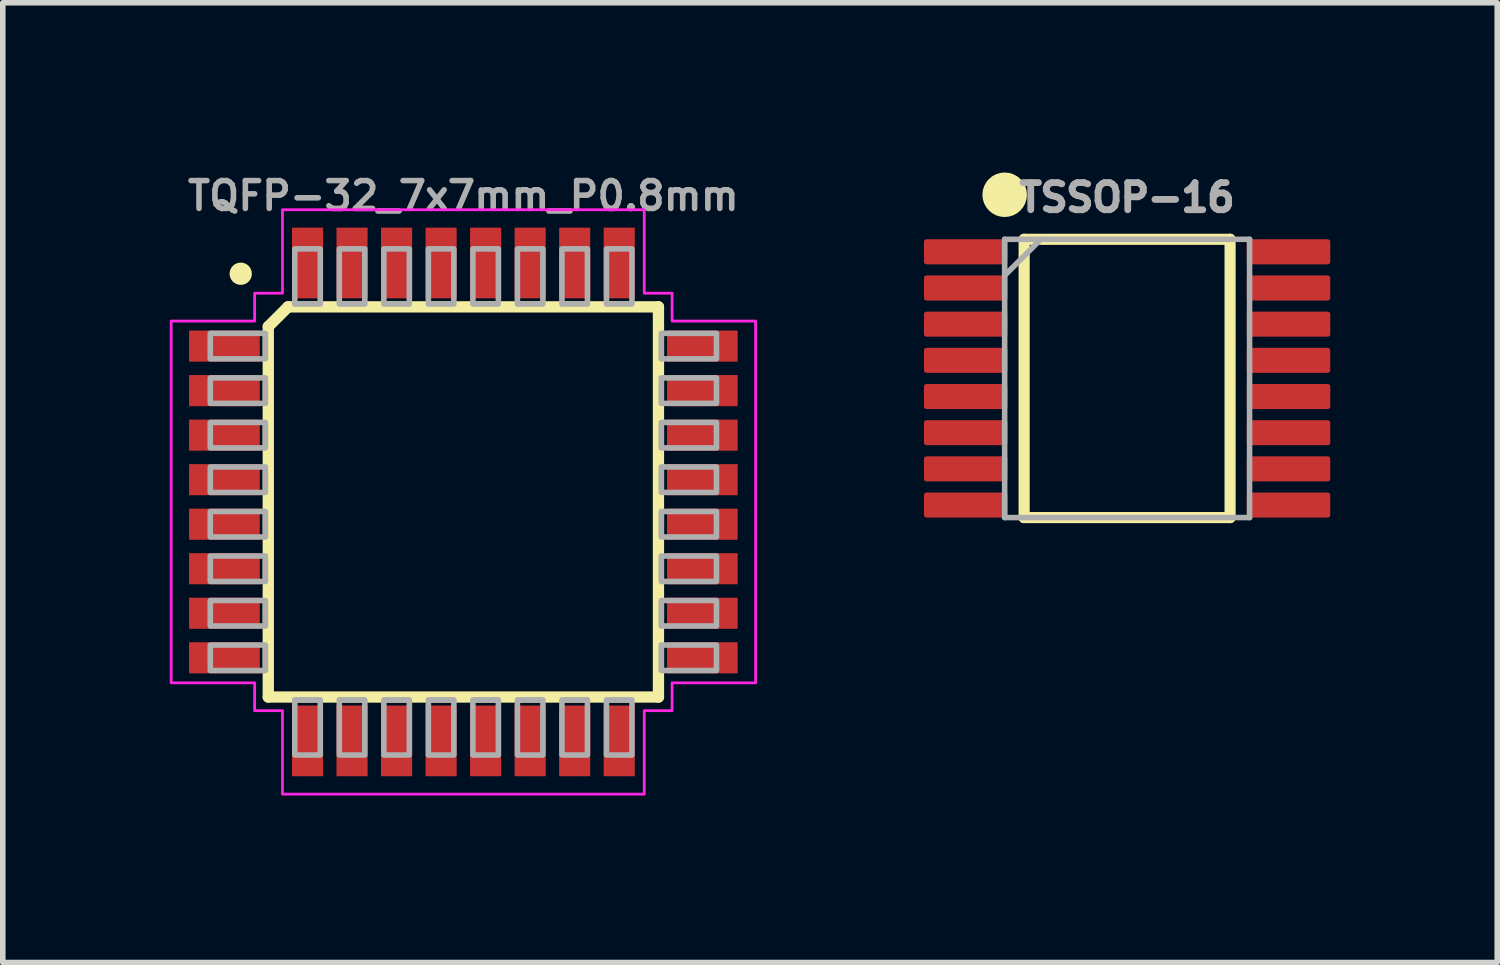
<source format=kicad_pcb>
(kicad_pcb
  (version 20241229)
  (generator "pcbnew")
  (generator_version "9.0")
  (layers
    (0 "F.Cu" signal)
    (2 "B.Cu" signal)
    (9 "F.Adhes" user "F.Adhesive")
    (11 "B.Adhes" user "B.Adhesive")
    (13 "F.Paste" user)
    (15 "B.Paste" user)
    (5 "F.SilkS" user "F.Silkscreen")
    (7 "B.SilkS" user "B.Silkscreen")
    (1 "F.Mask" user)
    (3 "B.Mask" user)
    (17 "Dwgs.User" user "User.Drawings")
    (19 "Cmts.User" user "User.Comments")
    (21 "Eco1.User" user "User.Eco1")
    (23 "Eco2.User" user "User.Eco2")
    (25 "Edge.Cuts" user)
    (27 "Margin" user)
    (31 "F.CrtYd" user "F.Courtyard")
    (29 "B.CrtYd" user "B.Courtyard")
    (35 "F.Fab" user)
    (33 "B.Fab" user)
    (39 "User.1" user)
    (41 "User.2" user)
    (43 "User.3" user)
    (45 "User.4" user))
  (footprint "TQFP-32_7x7mm_P0.8mm"
    (layer "F.Cu")
    (at 5.275 5.968)
    (property "Reference" "TQFP-32_7x7mm_P0.8mm" (at 0 -5.5 0) (unlocked yes) (layer "F.Fab") (effects (font (size 0.5 0.5) (thickness 0.1))))
    (fp_line (start -3.505 3.505) (end -3.505 -3.15) (stroke (width 0.203) (type solid)) (layer "F.SilkS"))
    (fp_line (start -3.15 -3.505) (end -3.505 -3.15) (stroke (width 0.203) (type solid)) (layer "F.SilkS"))
    (fp_line (start -3.15 -3.505) (end 3.505 -3.505) (stroke (width 0.203) (type solid)) (layer "F.SilkS"))
    (fp_line (start 3.505 -3.505) (end 3.505 3.505) (stroke (width 0.203) (type solid)) (layer "F.SilkS"))
    (fp_line (start 3.505 3.505) (end -3.505 3.505) (stroke (width 0.203) (type solid)) (layer "F.SilkS"))
    (fp_circle (center -4 -4.1) (end -4.1 -4.1) (stroke (width 0.2) (type solid)) (fill yes) (layer "F.SilkS"))
    (fp_poly (pts (xy 3.25 -3.75) (xy 3.75 -3.75) (xy 3.75 -3.25) (xy 5.25 -3.25) (xy 5.25 3.25) (xy 3.75 3.25) (xy 3.75 3.75) (xy 3.25 3.75) (xy 3.25 5.25) (xy -3.25 5.25) (xy -3.25 3.75) (xy -3.75 3.75) (xy -3.75 3.25) (xy -5.25 3.25) (xy -5.25 -3.25) (xy -3.75 -3.25) (xy -3.75 -3.75) (xy -3.25 -3.75) (xy -3.25 -5.25) (xy 3.25 -5.25)) (stroke (width 0.05) (type solid)) (fill no) (layer "F.CrtYd"))
    (fp_poly (pts (xy -4.547 -2.571) (xy -3.556 -2.571) (xy -3.556 -3.029) (xy -4.547 -3.029)) (stroke (width 0.1) (type default)) (fill no) (layer "F.Fab"))
    (fp_poly (pts (xy -4.547 -1.771) (xy -3.556 -1.771) (xy -3.556 -2.229) (xy -4.547 -2.229)) (stroke (width 0.1) (type default)) (fill no) (layer "F.Fab"))
    (fp_poly (pts (xy -4.547 -0.971) (xy -3.556 -0.971) (xy -3.556 -1.429) (xy -4.547 -1.429)) (stroke (width 0.1) (type default)) (fill no) (layer "F.Fab"))
    (fp_poly (pts (xy -4.547 -0.171) (xy -3.556 -0.171) (xy -3.556 -0.629) (xy -4.547 -0.629)) (stroke (width 0.1) (type default)) (fill no) (layer "F.Fab"))
    (fp_poly (pts (xy -4.547 0.629) (xy -3.556 0.629) (xy -3.556 0.171) (xy -4.547 0.171)) (stroke (width 0.1) (type default)) (fill no) (layer "F.Fab"))
    (fp_poly (pts (xy -4.547 1.429) (xy -3.556 1.429) (xy -3.556 0.971) (xy -4.547 0.971)) (stroke (width 0.1) (type default)) (fill no) (layer "F.Fab"))
    (fp_poly (pts (xy -4.547 2.229) (xy -3.556 2.229) (xy -3.556 1.771) (xy -4.547 1.771)) (stroke (width 0.1) (type default)) (fill no) (layer "F.Fab"))
    (fp_poly (pts (xy -4.547 3.029) (xy -3.556 3.029) (xy -3.556 2.571) (xy -4.547 2.571)) (stroke (width 0.1) (type default)) (fill no) (layer "F.Fab"))
    (fp_poly (pts (xy -3.029 -3.556) (xy -2.571 -3.556) (xy -2.571 -4.547) (xy -3.029 -4.547)) (stroke (width 0.1) (type default)) (fill no) (layer "F.Fab"))
    (fp_poly (pts (xy -3.029 4.547) (xy -2.571 4.547) (xy -2.571 3.556) (xy -3.029 3.556)) (stroke (width 0.1) (type default)) (fill no) (layer "F.Fab"))
    (fp_poly (pts (xy -2.229 -3.556) (xy -1.771 -3.556) (xy -1.771 -4.547) (xy -2.229 -4.547)) (stroke (width 0.1) (type default)) (fill no) (layer "F.Fab"))
    (fp_poly (pts (xy -2.229 4.547) (xy -1.771 4.547) (xy -1.771 3.556) (xy -2.229 3.556)) (stroke (width 0.1) (type default)) (fill no) (layer "F.Fab"))
    (fp_poly (pts (xy -1.429 -3.556) (xy -0.971 -3.556) (xy -0.971 -4.547) (xy -1.429 -4.547)) (stroke (width 0.1) (type default)) (fill no) (layer "F.Fab"))
    (fp_poly (pts (xy -1.429 4.547) (xy -0.971 4.547) (xy -0.971 3.556) (xy -1.429 3.556)) (stroke (width 0.1) (type default)) (fill no) (layer "F.Fab"))
    (fp_poly (pts (xy -0.629 -3.556) (xy -0.171 -3.556) (xy -0.171 -4.547) (xy -0.629 -4.547)) (stroke (width 0.1) (type default)) (fill no) (layer "F.Fab"))
    (fp_poly (pts (xy -0.629 4.547) (xy -0.171 4.547) (xy -0.171 3.556) (xy -0.629 3.556)) (stroke (width 0.1) (type default)) (fill no) (layer "F.Fab"))
    (fp_poly (pts (xy 0.171 -3.556) (xy 0.629 -3.556) (xy 0.629 -4.547) (xy 0.171 -4.547)) (stroke (width 0.1) (type default)) (fill no) (layer "F.Fab"))
    (fp_poly (pts (xy 0.171 4.547) (xy 0.629 4.547) (xy 0.629 3.556) (xy 0.171 3.556)) (stroke (width 0.1) (type default)) (fill no) (layer "F.Fab"))
    (fp_poly (pts (xy 0.971 -3.556) (xy 1.429 -3.556) (xy 1.429 -4.547) (xy 0.971 -4.547)) (stroke (width 0.1) (type default)) (fill no) (layer "F.Fab"))
    (fp_poly (pts (xy 0.971 4.547) (xy 1.429 4.547) (xy 1.429 3.556) (xy 0.971 3.556)) (stroke (width 0.1) (type default)) (fill no) (layer "F.Fab"))
    (fp_poly (pts (xy 1.771 -3.556) (xy 2.229 -3.556) (xy 2.229 -4.547) (xy 1.771 -4.547)) (stroke (width 0.1) (type default)) (fill no) (layer "F.Fab"))
    (fp_poly (pts (xy 1.771 4.547) (xy 2.229 4.547) (xy 2.229 3.556) (xy 1.771 3.556)) (stroke (width 0.1) (type default)) (fill no) (layer "F.Fab"))
    (fp_poly (pts (xy 2.571 -3.556) (xy 3.029 -3.556) (xy 3.029 -4.547) (xy 2.571 -4.547)) (stroke (width 0.1) (type default)) (fill no) (layer "F.Fab"))
    (fp_poly (pts (xy 2.571 4.547) (xy 3.029 4.547) (xy 3.029 3.556) (xy 2.571 3.556)) (stroke (width 0.1) (type default)) (fill no) (layer "F.Fab"))
    (fp_poly (pts (xy 3.556 -2.571) (xy 4.547 -2.571) (xy 4.547 -3.029) (xy 3.556 -3.029)) (stroke (width 0.1) (type default)) (fill no) (layer "F.Fab"))
    (fp_poly (pts (xy 3.556 -1.771) (xy 4.547 -1.771) (xy 4.547 -2.229) (xy 3.556 -2.229)) (stroke (width 0.1) (type default)) (fill no) (layer "F.Fab"))
    (fp_poly (pts (xy 3.556 -0.971) (xy 4.547 -0.971) (xy 4.547 -1.429) (xy 3.556 -1.429)) (stroke (width 0.1) (type default)) (fill no) (layer "F.Fab"))
    (fp_poly (pts (xy 3.556 -0.171) (xy 4.547 -0.171) (xy 4.547 -0.629) (xy 3.556 -0.629)) (stroke (width 0.1) (type default)) (fill no) (layer "F.Fab"))
    (fp_poly (pts (xy 3.556 0.629) (xy 4.547 0.629) (xy 4.547 0.171) (xy 3.556 0.171)) (stroke (width 0.1) (type default)) (fill no) (layer "F.Fab"))
    (fp_poly (pts (xy 3.556 1.429) (xy 4.547 1.429) (xy 4.547 0.971) (xy 3.556 0.971)) (stroke (width 0.1) (type default)) (fill no) (layer "F.Fab"))
    (fp_poly (pts (xy 3.556 2.229) (xy 4.547 2.229) (xy 4.547 1.771) (xy 3.556 1.771)) (stroke (width 0.1) (type default)) (fill no) (layer "F.Fab"))
    (fp_poly (pts (xy 3.556 3.029) (xy 4.547 3.029) (xy 4.547 2.571) (xy 3.556 2.571)) (stroke (width 0.1) (type default)) (fill no) (layer "F.Fab"))
    (pad "1" smd rect (at -4.293 -2.8) (size 1.27 0.559) (layers "F.Cu" "F.Mask" "F.Paste"))
    (pad "2" smd rect (at -4.293 -2) (size 1.27 0.559) (layers "F.Cu" "F.Mask" "F.Paste"))
    (pad "3" smd rect (at -4.293 -1.2) (size 1.27 0.559) (layers "F.Cu" "F.Mask" "F.Paste"))
    (pad "4" smd rect (at -4.293 -0.4) (size 1.27 0.559) (layers "F.Cu" "F.Mask" "F.Paste"))
    (pad "5" smd rect (at -4.293 0.4) (size 1.27 0.559) (layers "F.Cu" "F.Mask" "F.Paste"))
    (pad "6" smd rect (at -4.293 1.2) (size 1.27 0.559) (layers "F.Cu" "F.Mask" "F.Paste"))
    (pad "7" smd rect (at -4.293 2) (size 1.27 0.559) (layers "F.Cu" "F.Mask" "F.Paste"))
    (pad "8" smd rect (at -4.293 2.8) (size 1.27 0.559) (layers "F.Cu" "F.Mask" "F.Paste"))
    (pad "9" smd rect (at -2.8 4.293) (size 0.559 1.27) (layers "F.Cu" "F.Mask" "F.Paste"))
    (pad "10" smd rect (at -2 4.293) (size 0.559 1.27) (layers "F.Cu" "F.Mask" "F.Paste"))
    (pad "11" smd rect (at -1.2 4.293) (size 0.559 1.27) (layers "F.Cu" "F.Mask" "F.Paste"))
    (pad "12" smd rect (at -0.4 4.293) (size 0.559 1.27) (layers "F.Cu" "F.Mask" "F.Paste"))
    (pad "13" smd rect (at 0.4 4.293) (size 0.559 1.27) (layers "F.Cu" "F.Mask" "F.Paste"))
    (pad "14" smd rect (at 1.2 4.293) (size 0.559 1.27) (layers "F.Cu" "F.Mask" "F.Paste"))
    (pad "15" smd rect (at 2 4.293) (size 0.559 1.27) (layers "F.Cu" "F.Mask" "F.Paste"))
    (pad "16" smd rect (at 2.8 4.293) (size 0.559 1.27) (layers "F.Cu" "F.Mask" "F.Paste"))
    (pad "17" smd rect (at 4.293 2.8) (size 1.27 0.559) (layers "F.Cu" "F.Mask" "F.Paste"))
    (pad "18" smd rect (at 4.293 2) (size 1.27 0.559) (layers "F.Cu" "F.Mask" "F.Paste"))
    (pad "19" smd rect (at 4.293 1.2) (size 1.27 0.559) (layers "F.Cu" "F.Mask" "F.Paste"))
    (pad "20" smd rect (at 4.293 0.4) (size 1.27 0.559) (layers "F.Cu" "F.Mask" "F.Paste"))
    (pad "21" smd rect (at 4.293 -0.4) (size 1.27 0.559) (layers "F.Cu" "F.Mask" "F.Paste"))
    (pad "22" smd rect (at 4.293 -1.2) (size 1.27 0.559) (layers "F.Cu" "F.Mask" "F.Paste"))
    (pad "23" smd rect (at 4.293 -2) (size 1.27 0.559) (layers "F.Cu" "F.Mask" "F.Paste"))
    (pad "24" smd rect (at 4.293 -2.8) (size 1.27 0.559) (layers "F.Cu" "F.Mask" "F.Paste"))
    (pad "25" smd rect (at 2.8 -4.293) (size 0.559 1.27) (layers "F.Cu" "F.Mask" "F.Paste"))
    (pad "26" smd rect (at 2 -4.293) (size 0.559 1.27) (layers "F.Cu" "F.Mask" "F.Paste"))
    (pad "27" smd rect (at 1.2 -4.293) (size 0.559 1.27) (layers "F.Cu" "F.Mask" "F.Paste"))
    (pad "28" smd rect (at 0.4 -4.293) (size 0.559 1.27) (layers "F.Cu" "F.Mask" "F.Paste"))
    (pad "29" smd rect (at -0.4 -4.293) (size 0.559 1.27) (layers "F.Cu" "F.Mask" "F.Paste"))
    (pad "30" smd rect (at -1.2 -4.293) (size 0.559 1.27) (layers "F.Cu" "F.Mask" "F.Paste"))
    (pad "31" smd rect (at -2 -4.293) (size 0.559 1.27) (layers "F.Cu" "F.Mask" "F.Paste"))
    (pad "32" smd rect (at -2.8 -4.293) (size 0.559 1.27) (layers "F.Cu" "F.Mask" "F.Paste")))
  (footprint "TSSOP-16"
    (layer "F.Cu")
    (at 17.2 3.749)
    (property "Reference" "TSSOP-16" (at 0 -3.25 0) (layer "F.Fab") (effects (font (size 0.488 0.488) (thickness 0.122) (bold yes))))
    (fp_line (start -1.85 -2.5) (end 1.85 -2.5) (stroke (width 0.2) (type solid)) (layer "F.SilkS"))
    (fp_line (start -1.85 2.5) (end -1.85 -2.5) (stroke (width 0.2) (type solid)) (layer "F.SilkS"))
    (fp_line (start 1.85 -2.5) (end 1.85 2.5) (stroke (width 0.2) (type solid)) (layer "F.SilkS"))
    (fp_line (start 1.85 2.5) (end -1.85 2.5) (stroke (width 0.2) (type solid)) (layer "F.SilkS"))
    (fp_circle (center -2.2 -3.3) (end -2 -3.3) (stroke (width 0.4) (type default)) (fill no) (layer "F.SilkS"))
    (fp_line (start -2.2 -2.5) (end 2.2 -2.5) (stroke (width 0.1) (type solid)) (layer "F.Fab"))
    (fp_line (start -2.2 -1.85) (end -1.55 -2.5) (stroke (width 0.1) (type solid)) (layer "F.Fab"))
    (fp_line (start -2.2 2.5) (end -2.2 -2.5) (stroke (width 0.1) (type solid)) (layer "F.Fab"))
    (fp_line (start 2.2 -2.5) (end 2.2 2.5) (stroke (width 0.1) (type solid)) (layer "F.Fab"))
    (fp_line (start 2.2 2.5) (end -2.2 2.5) (stroke (width 0.1) (type solid)) (layer "F.Fab"))
    (pad "1" smd roundrect (at -2.9 -2.275) (size 1.5 0.45) (layers "F.Cu" "F.Mask" "F.Paste") (roundrect_rratio 0.1))
    (pad "2" smd roundrect (at -2.9 -1.625) (size 1.5 0.45) (layers "F.Cu" "F.Mask" "F.Paste") (roundrect_rratio 0.1))
    (pad "3" smd roundrect (at -2.9 -0.975) (size 1.5 0.45) (layers "F.Cu" "F.Mask" "F.Paste") (roundrect_rratio 0.1))
    (pad "4" smd roundrect (at -2.9 -0.325) (size 1.5 0.45) (layers "F.Cu" "F.Mask" "F.Paste") (roundrect_rratio 0.1))
    (pad "5" smd roundrect (at -2.9 0.325) (size 1.5 0.45) (layers "F.Cu" "F.Mask" "F.Paste") (roundrect_rratio 0.1))
    (pad "6" smd roundrect (at -2.9 0.975) (size 1.5 0.45) (layers "F.Cu" "F.Mask" "F.Paste") (roundrect_rratio 0.1))
    (pad "7" smd roundrect (at -2.9 1.625) (size 1.5 0.45) (layers "F.Cu" "F.Mask" "F.Paste") (roundrect_rratio 0.1))
    (pad "8" smd roundrect (at -2.9 2.275) (size 1.5 0.45) (layers "F.Cu" "F.Mask" "F.Paste") (roundrect_rratio 0.1))
    (pad "9" smd roundrect (at 2.9 2.275) (size 1.5 0.45) (layers "F.Cu" "F.Mask" "F.Paste") (roundrect_rratio 0.1))
    (pad "10" smd roundrect (at 2.9 1.625) (size 1.5 0.45) (layers "F.Cu" "F.Mask" "F.Paste") (roundrect_rratio 0.1))
    (pad "11" smd roundrect (at 2.9 0.975) (size 1.5 0.45) (layers "F.Cu" "F.Mask" "F.Paste") (roundrect_rratio 0.1))
    (pad "12" smd roundrect (at 2.9 0.325) (size 1.5 0.45) (layers "F.Cu" "F.Mask" "F.Paste") (roundrect_rratio 0.1))
    (pad "13" smd roundrect (at 2.9 -0.325) (size 1.5 0.45) (layers "F.Cu" "F.Mask" "F.Paste") (roundrect_rratio 0.1))
    (pad "14" smd roundrect (at 2.9 -0.975) (size 1.5 0.45) (layers "F.Cu" "F.Mask" "F.Paste") (roundrect_rratio 0.1))
    (pad "15" smd roundrect (at 2.9 -1.625) (size 1.5 0.45) (layers "F.Cu" "F.Mask" "F.Paste") (roundrect_rratio 0.1))
    (pad "16" smd roundrect (at 2.9 -2.275) (size 1.5 0.45) (layers "F.Cu" "F.Mask" "F.Paste") (roundrect_rratio 0.1)))
  (gr_rect
    (start -3 -3)
    (end 23.85 14.243)
    (stroke (width 0.1) (type default))
    (fill no)
    (layer "Edge.Cuts")))
</source>
